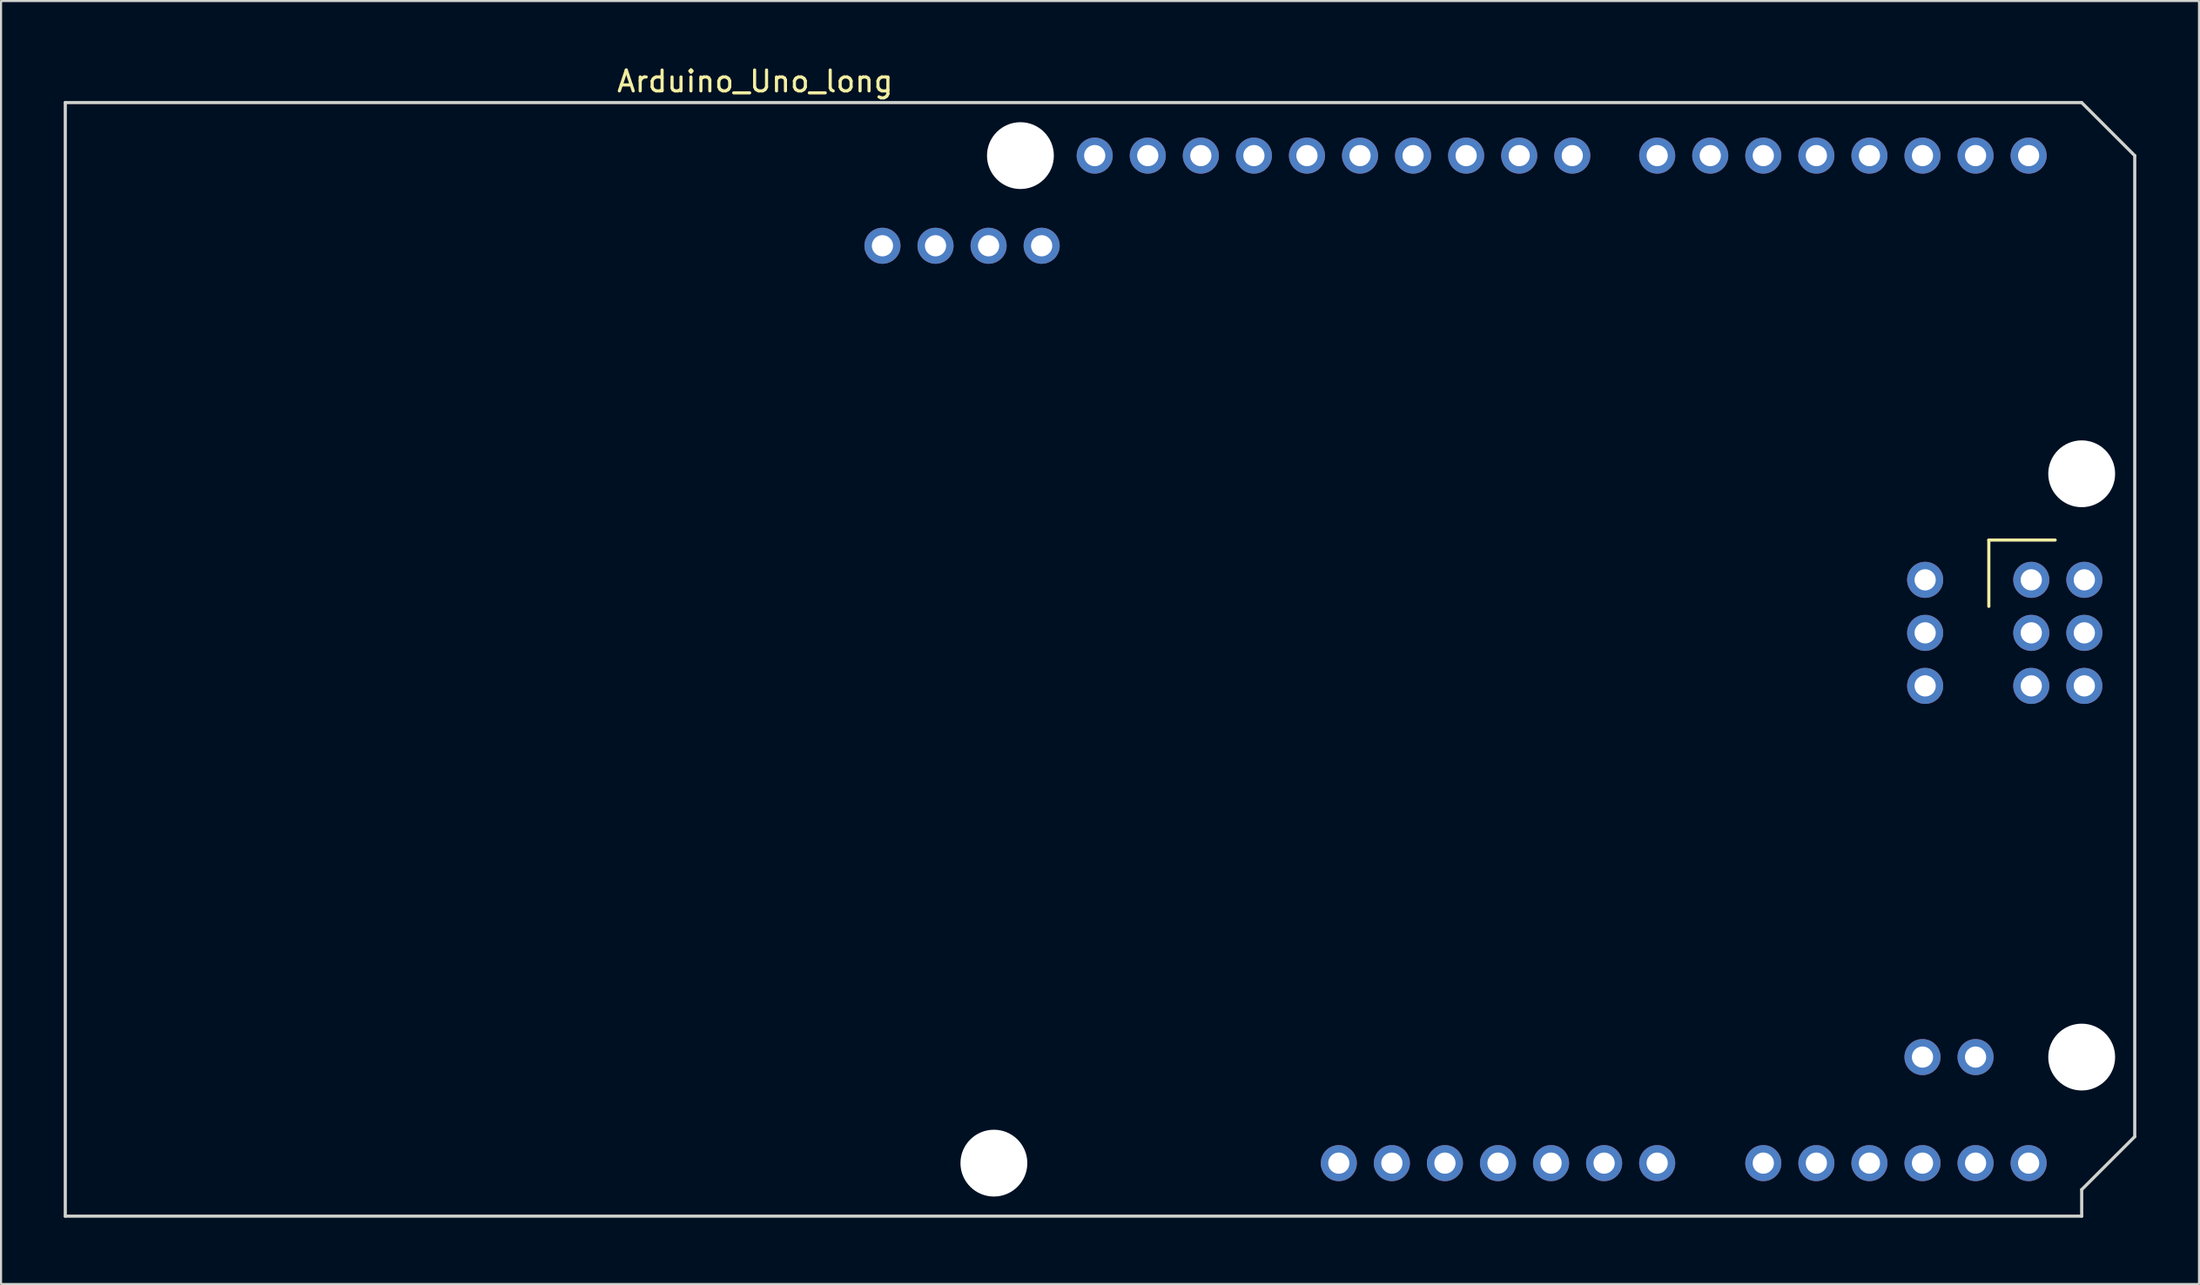
<source format=kicad_pcb>
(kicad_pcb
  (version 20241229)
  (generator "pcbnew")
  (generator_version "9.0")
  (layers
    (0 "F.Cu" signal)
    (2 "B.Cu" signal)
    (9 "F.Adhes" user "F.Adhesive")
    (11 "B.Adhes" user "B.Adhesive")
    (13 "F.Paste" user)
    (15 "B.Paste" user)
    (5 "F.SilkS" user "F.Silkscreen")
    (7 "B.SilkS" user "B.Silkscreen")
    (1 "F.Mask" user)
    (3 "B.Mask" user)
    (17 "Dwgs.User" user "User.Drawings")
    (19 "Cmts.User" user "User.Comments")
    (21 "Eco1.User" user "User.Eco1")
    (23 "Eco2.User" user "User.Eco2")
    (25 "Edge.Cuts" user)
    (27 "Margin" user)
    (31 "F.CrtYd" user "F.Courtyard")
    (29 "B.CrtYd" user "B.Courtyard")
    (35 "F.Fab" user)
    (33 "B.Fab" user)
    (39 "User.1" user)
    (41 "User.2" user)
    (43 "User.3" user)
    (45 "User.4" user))
  (footprint "Arduino_Uno_long"
    (layer "F.Cu")
    (at 30.555 55.204)
    (property "Reference" "Arduino_Uno_long" (at 2.54 -54.356 0) (layer "F.SilkS") (effects (font (size 1 1) (thickness 0.15))))
    (attr through_hole)
    (fp_line (start 61.595 -32.385) (end 61.595 -29.21) (stroke (width 0.15) (type solid)) (layer "F.SilkS"))
    (fp_line (start 61.595 -32.385) (end 64.77 -32.385) (stroke (width 0.15) (type solid)) (layer "F.SilkS"))
    (fp_line (start -30.48 -53.34) (end -30.48 0) (stroke (width 0.15) (type solid)) (layer "Edge.Cuts"))
    (fp_line (start -30.48 -53.34) (end 66.04 -53.34) (stroke (width 0.15) (type solid)) (layer "Edge.Cuts"))
    (fp_line (start -30.48 0) (end 66.04 0) (stroke (width 0.15) (type solid)) (layer "Edge.Cuts"))
    (fp_line (start 66.04 -53.34) (end 68.58 -50.8) (stroke (width 0.15) (type solid)) (layer "Edge.Cuts"))
    (fp_line (start 66.04 -1.27) (end 68.58 -3.81) (stroke (width 0.15) (type solid)) (layer "Edge.Cuts"))
    (fp_line (start 66.04 0) (end 66.04 -1.27) (stroke (width 0.15) (type solid)) (layer "Edge.Cuts"))
    (fp_line (start 68.58 -3.81) (end 68.58 -50.8) (stroke (width 0.15) (type solid)) (layer "Edge.Cuts"))
    (pad "" np_thru_hole circle (at 13.97 -2.54) (size 3.2 3.2) (drill 3.2) (layers "*.Cu" "*.Mask"))
    (pad "" np_thru_hole circle (at 15.24 -50.8) (size 3.2 3.2) (drill 3.2) (layers "*.Cu" "*.Mask"))
    (pad "" np_thru_hole circle (at 66.04 -35.56) (size 3.2 3.2) (drill 3.2) (layers "*.Cu" "*.Mask"))
    (pad "" np_thru_hole circle (at 66.04 -7.62) (size 3.2 3.2) (drill 3.2) (layers "*.Cu" "*.Mask"))
    (pad "3V3" thru_hole oval (at 35.56 -2.54) (size 1.727 1.727) (drill 1.016) (layers "*.Cu" "*.Mask"))
    (pad "5V" thru_hole oval (at 30.48 -2.54) (size 1.727 1.727) (drill 1.016) (layers "*.Cu" "*.Mask"))
    (pad "5V" thru_hole oval (at 66.167 -30.48) (size 1.727 1.727) (drill 1.016) (layers "*.Cu" "*.Mask"))
    (pad "AREF" thru_hole oval (at 23.876 -50.8) (size 1.727 1.727) (drill 1.016) (layers "*.Cu" "*.Mask"))
    (pad "D0" thru_hole oval (at 63.5 -50.8) (size 1.727 1.727) (drill 1.016) (layers "*.Cu" "*.Mask"))
    (pad "D1" thru_hole oval (at 60.96 -50.8) (size 1.727 1.727) (drill 1.016) (layers "*.Cu" "*.Mask"))
    (pad "D2" thru_hole oval (at 58.42 -50.8) (size 1.727 1.727) (drill 1.016) (layers "*.Cu" "*.Mask"))
    (pad "D3" thru_hole oval (at 55.88 -50.8) (size 1.727 1.727) (drill 1.016) (layers "*.Cu" "*.Mask"))
    (pad "D4" thru_hole oval (at 53.34 -50.8) (size 1.727 1.727) (drill 1.016) (layers "*.Cu" "*.Mask"))
    (pad "D5" thru_hole oval (at 50.8 -50.8) (size 1.727 1.727) (drill 1.016) (layers "*.Cu" "*.Mask"))
    (pad "D6" thru_hole oval (at 48.26 -50.8) (size 1.727 1.727) (drill 1.016) (layers "*.Cu" "*.Mask"))
    (pad "D7" thru_hole oval (at 45.72 -50.8) (size 1.727 1.727) (drill 1.016) (layers "*.Cu" "*.Mask"))
    (pad "D8" thru_hole oval (at 41.656 -50.8) (size 1.727 1.727) (drill 1.016) (layers "*.Cu" "*.Mask"))
    (pad "D9" thru_hole oval (at 39.116 -50.8) (size 1.727 1.727) (drill 1.016) (layers "*.Cu" "*.Mask"))
    (pad "D10" thru_hole oval (at 36.576 -50.8) (size 1.727 1.727) (drill 1.016) (layers "*.Cu" "*.Mask"))
    (pad "D11" thru_hole oval (at 34.036 -50.8) (size 1.727 1.727) (drill 1.016) (layers "*.Cu" "*.Mask"))
    (pad "D12" thru_hole oval (at 31.496 -50.8) (size 1.727 1.727) (drill 1.016) (layers "*.Cu" "*.Mask"))
    (pad "D13" thru_hole oval (at 28.956 -50.8) (size 1.727 1.727) (drill 1.016) (layers "*.Cu" "*.Mask"))
    (pad "D14" thru_hole oval (at 50.8 -2.54) (size 1.727 1.727) (drill 1.016) (layers "*.Cu" "*.Mask"))
    (pad "D15" thru_hole oval (at 53.34 -2.54) (size 1.727 1.727) (drill 1.016) (layers "*.Cu" "*.Mask"))
    (pad "D16" thru_hole oval (at 55.88 -2.54) (size 1.727 1.727) (drill 1.016) (layers "*.Cu" "*.Mask"))
    (pad "D17" thru_hole oval (at 58.42 -2.54) (size 1.727 1.727) (drill 1.016) (layers "*.Cu" "*.Mask"))
    (pad "D18" thru_hole oval (at 60.96 -2.54) (size 1.727 1.727) (drill 1.016) (layers "*.Cu" "*.Mask"))
    (pad "D19" thru_hole oval (at 63.5 -2.54) (size 1.727 1.727) (drill 1.016) (layers "*.Cu" "*.Mask"))
    (pad "D20" thru_hole oval (at 16.256 -46.482) (size 1.727 1.727) (drill 1.016) (layers "*.Cu" "*.Mask"))
    (pad "D21" thru_hole oval (at 13.716 -46.482) (size 1.727 1.727) (drill 1.016) (layers "*.Cu" "*.Mask"))
    (pad "D23" thru_hole oval (at 11.176 -46.482) (size 1.727 1.727) (drill 1.016) (layers "*.Cu" "*.Mask"))
    (pad "D24" thru_hole oval (at 8.636 -46.482) (size 1.727 1.727) (drill 1.016) (layers "*.Cu" "*.Mask"))
    (pad "D25" thru_hole oval (at 60.96 -7.62) (size 1.727 1.727) (drill 1.016) (layers "*.Cu" "*.Mask"))
    (pad "D26" thru_hole oval (at 58.42 -7.62) (size 1.727 1.727) (drill 1.016) (layers "*.Cu" "*.Mask"))
    (pad "GND" thru_hole oval (at 26.416 -50.8) (size 1.727 1.727) (drill 1.016) (layers "*.Cu" "*.Mask"))
    (pad "GND" thru_hole oval (at 40.64 -2.54) (size 1.727 1.727) (drill 1.016) (layers "*.Cu" "*.Mask"))
    (pad "GND" thru_hole oval (at 43.18 -2.54) (size 1.727 1.727) (drill 1.016) (layers "*.Cu" "*.Mask"))
    (pad "GND" thru_hole oval (at 66.167 -25.4) (size 1.727 1.727) (drill 1.016) (layers "*.Cu" "*.Mask"))
    (pad "MISO" thru_hole oval (at 63.627 -30.48) (size 1.727 1.727) (drill 1.016) (layers "*.Cu" "*.Mask"))
    (pad "MOSI" thru_hole oval (at 66.167 -27.94) (size 1.727 1.727) (drill 1.016) (layers "*.Cu" "*.Mask"))
    (pad "RST" thru_hole oval (at 33.02 -2.54) (size 1.727 1.727) (drill 1.016) (layers "*.Cu" "*.Mask"))
    (pad "RST" thru_hole oval (at 58.547 -25.4) (size 1.727 1.727) (drill 1.016) (layers "*.Cu" "*.Mask"))
    (pad "RST_OUT" thru_hole oval (at 58.547 -30.48) (size 1.727 1.727) (drill 1.016) (layers "*.Cu" "*.Mask"))
    (pad "SCK" thru_hole oval (at 63.627 -27.94) (size 1.727 1.727) (drill 1.016) (layers "*.Cu" "*.Mask"))
    (pad "SCL0" thru_hole oval (at 18.796 -50.8) (size 1.727 1.727) (drill 1.016) (layers "*.Cu" "*.Mask"))
    (pad "SDA0" thru_hole oval (at 21.336 -50.8) (size 1.727 1.727) (drill 1.016) (layers "*.Cu" "*.Mask"))
    (pad "SPI_RESET" thru_hole oval (at 58.547 -27.94) (size 1.727 1.727) (drill 1.016) (layers "*.Cu" "*.Mask"))
    (pad "SPI_RESET" thru_hole oval (at 63.627 -25.4) (size 1.727 1.727) (drill 1.016) (layers "*.Cu" "*.Mask"))
    (pad "VCC" thru_hole oval (at 38.1 -2.54) (size 1.727 1.727) (drill 1.016) (layers "*.Cu" "*.Mask"))
    (pad "VIN" thru_hole oval (at 45.72 -2.54) (size 1.727 1.727) (drill 1.016) (layers "*.Cu" "*.Mask")))
  (gr_rect
    (start -3 -3)
    (end 102.21 58.454)
    (stroke (width 0.1) (type default))
    (fill no)
    (layer "Edge.Cuts")))
</source>
